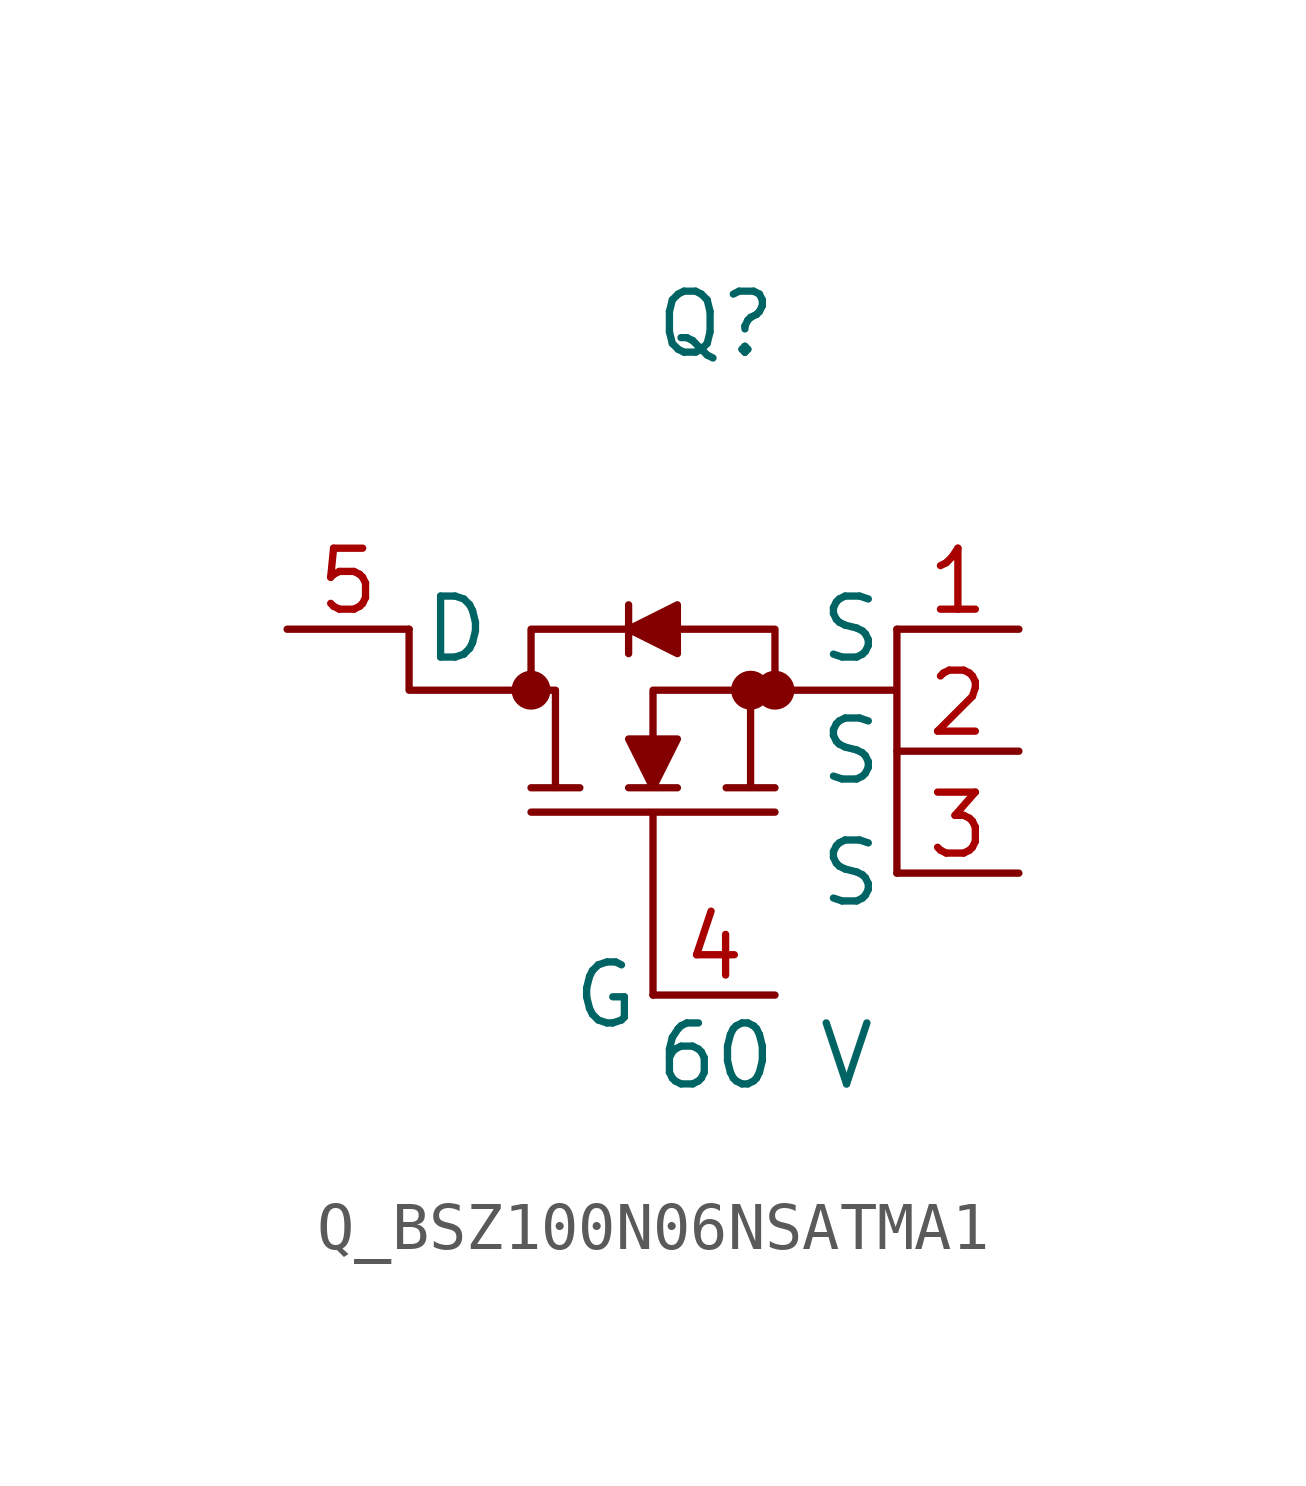
<source format=kicad_sym>
(kicad_symbol_lib
  (version 20231120)
  (generator kicad_symbol_editor)
  (generator_version 8.0)
  (symbol "Q_BSZ100N06NSATMA1"
    (pin_names
      (offset 0.254))
    (property "Reference" "Q"
      (at 0 7.62 0)
      (effects (font (size 1.27 1.27)) (justify left)))
    (property "Value" "60 V"
      (at 0 -7.62 0)
      (effects (font (size 1.27 1.27)) (justify left)))
    (symbol "Q_BSZ100N06NSATMA1_1_0"
      (polyline (pts (xy 0 -6.35) (xy 0 -2.54) (xy -2.54 -2.54) (xy 2.54 -2.54) (xy 0 -2.54) (xy 0 -6.35)) (stroke (width 0) (type default)) (fill (type none)))
      (polyline (pts (xy 5.08 1.27) (xy 5.08 0.0) (xy 2.54 0.0) (xy 2.54 1.27) (xy 0.508 1.27) (xy 0.508 1.778) (xy -0.508 1.27) (xy -0.508 1.778) (xy -0.508 1.27) (xy -2.54 1.27) (xy -2.54 0.0) (xy -5.08 0.0) (xy -5.08 1.27) (xy -5.08 0.0) (xy -2.032 0.0) (xy -2.032 -2.032) (xy -2.54 -2.032) (xy -1.524 -2.032) (xy -2.032 -2.032) (xy -2.032 0.0) (xy -2.54 0.0) (xy -2.54 1.27) (xy -0.508 1.27) (xy -0.508 0.762) (xy -0.508 1.27) (xy 0.508 0.762) (xy 0.508 1.27) (xy 2.54 1.27) (xy 2.54 0.0) (xy 0 0.0) (xy 0 -1.016) (xy -0.508 -1.016) (xy 0 -2.032) (xy -0.508 -2.032) (xy 0.508 -2.032) (xy 0 -2.032) (xy 0.508 -1.016) (xy 0 -1.016) (xy 0 0.0) (xy 2.032 0.0) (xy 2.032 -2.032) (xy 1.524 -2.032) (xy 2.54 -2.032) (xy 2.032 -2.032) (xy 2.032 0.0) (xy 5.08 0.0) (xy 5.08 -3.81)) (stroke (width 0) (type default)) (fill (type outline)))
      (circle (center -2.54 0.0) (radius 0.025) (stroke (width 0.381) (type default)) (fill (type none)))
      (circle (center 2.032 0.0) (radius 0.025) (stroke (width 0.381) (type default)) (fill (type none)))
      (circle (center 2.54 0.0) (radius 0.025) (stroke (width 0.381) (type default)) (fill (type none)))
      (pin passive line (at -7.62 1.27 0) (length 2.54) (name "D" (effects (font (size 1.27 1.27)))) (number "5" (effects (font (size 1.27 1.27)))))
      (pin passive line (at 7.62 1.27 180) (length 2.54) (name "S" (effects (font (size 1.27 1.27)))) (number "1" (effects (font (size 1.27 1.27)))))
      (pin passive line (at 7.62 -1.27 180) (length 2.54) (name "S" (effects (font (size 1.27 1.27)))) (number "2" (effects (font (size 1.27 1.27)))))
      (pin passive line (at 7.62 -3.81 180) (length 2.54) (name "S" (effects (font (size 1.27 1.27)))) (number "3" (effects (font (size 1.27 1.27)))))
      (pin passive line (at 2.54 -6.35 180) (length 2.54) (name "G" (effects (font (size 1.27 1.27)))) (number "4" (effects (font (size 1.27 1.27))))))))
</source>
